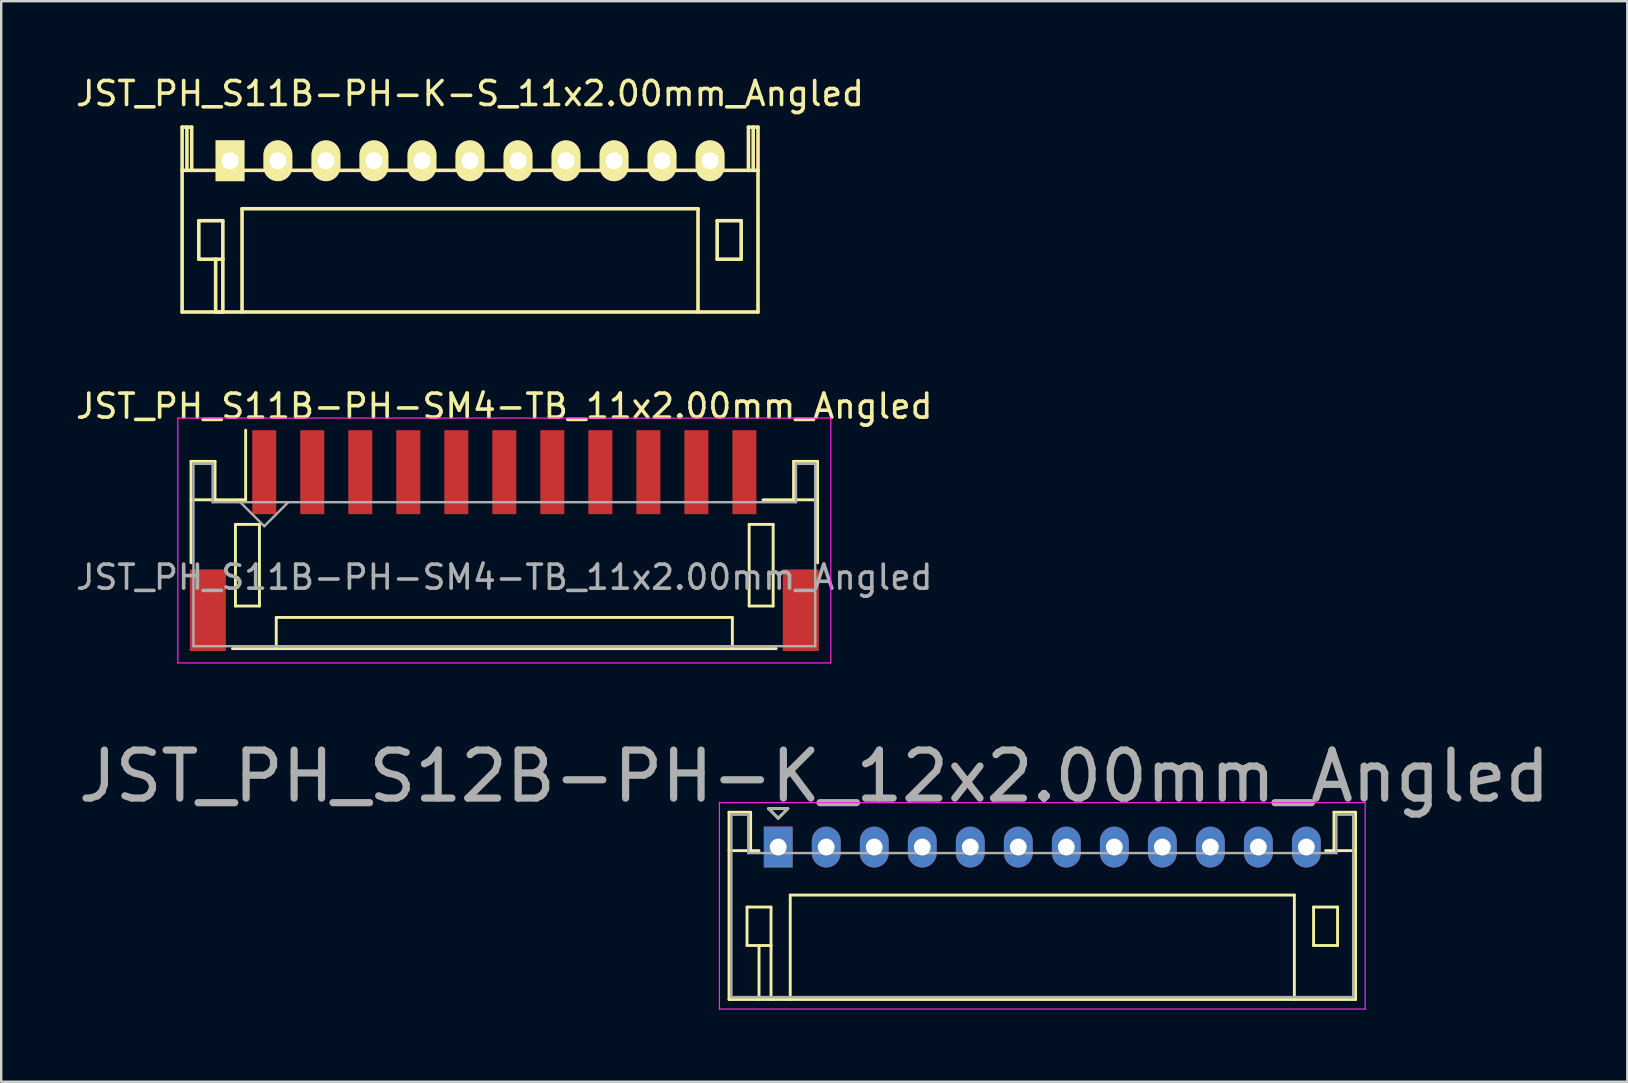
<source format=kicad_pcb>
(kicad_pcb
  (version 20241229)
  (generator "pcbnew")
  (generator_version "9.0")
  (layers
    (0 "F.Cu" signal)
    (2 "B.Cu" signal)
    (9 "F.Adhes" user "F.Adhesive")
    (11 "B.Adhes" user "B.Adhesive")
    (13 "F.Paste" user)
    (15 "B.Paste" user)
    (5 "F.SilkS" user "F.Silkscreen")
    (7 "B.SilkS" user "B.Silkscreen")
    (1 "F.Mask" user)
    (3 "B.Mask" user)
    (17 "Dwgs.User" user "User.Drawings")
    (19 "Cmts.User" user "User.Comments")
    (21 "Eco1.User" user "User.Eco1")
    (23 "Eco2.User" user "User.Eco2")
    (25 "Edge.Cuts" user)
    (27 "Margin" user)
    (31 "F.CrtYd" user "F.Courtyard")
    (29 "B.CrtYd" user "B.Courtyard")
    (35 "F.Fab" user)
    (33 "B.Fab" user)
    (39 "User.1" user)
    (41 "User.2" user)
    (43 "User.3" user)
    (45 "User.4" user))
  (footprint "JST_PH_S11B-PH-SM4-TB_11x2.00mm_Angled"
    (layer "F.Cu")
    (at 17.958 19.495)
    (property "Reference" "JST_PH_S11B-PH-SM4-TB_11x2.00mm_Angled" (at 0 -5.625 0) (layer "F.SilkS") (effects (font (size 1 1) (thickness 0.15))))
    (attr smd)
    (fp_line (start -13.05 -3.325) (end -13.05 0.9) (stroke (width 0.12) (type solid)) (layer "F.SilkS"))
    (fp_line (start -13.05 -1.725) (end -12.05 -1.725) (stroke (width 0.12) (type solid)) (layer "F.SilkS"))
    (fp_line (start -12.05 -3.325) (end -13.05 -3.325) (stroke (width 0.12) (type solid)) (layer "F.SilkS"))
    (fp_line (start -12.05 -1.725) (end -12.05 -3.325) (stroke (width 0.12) (type solid)) (layer "F.SilkS"))
    (fp_line (start -11.325 4.475) (end 11.325 4.475) (stroke (width 0.12) (type solid)) (layer "F.SilkS"))
    (fp_line (start -11.2 -0.7) (end -11.2 2.7) (stroke (width 0.12) (type solid)) (layer "F.SilkS"))
    (fp_line (start -11.2 2.7) (end -10.2 2.7) (stroke (width 0.12) (type solid)) (layer "F.SilkS"))
    (fp_line (start -10.775 -1.725) (end -12.05 -1.725) (stroke (width 0.12) (type solid)) (layer "F.SilkS"))
    (fp_line (start -10.775 -1.725) (end -10.775 -4.625) (stroke (width 0.12) (type solid)) (layer "F.SilkS"))
    (fp_line (start -10.2 -0.7) (end -11.2 -0.7) (stroke (width 0.12) (type solid)) (layer "F.SilkS"))
    (fp_line (start -10.2 2.7) (end -10.2 -0.7) (stroke (width 0.12) (type solid)) (layer "F.SilkS"))
    (fp_line (start -9.5 3.175) (end 9.5 3.175) (stroke (width 0.12) (type solid)) (layer "F.SilkS"))
    (fp_line (start -9.5 4.475) (end -9.5 3.175) (stroke (width 0.12) (type solid)) (layer "F.SilkS"))
    (fp_line (start 9.5 3.175) (end 9.5 4.475) (stroke (width 0.12) (type solid)) (layer "F.SilkS"))
    (fp_line (start 10.2 -0.7) (end 11.2 -0.7) (stroke (width 0.12) (type solid)) (layer "F.SilkS"))
    (fp_line (start 10.2 2.7) (end 10.2 -0.7) (stroke (width 0.12) (type solid)) (layer "F.SilkS"))
    (fp_line (start 11.2 -0.7) (end 11.2 2.7) (stroke (width 0.12) (type solid)) (layer "F.SilkS"))
    (fp_line (start 11.2 2.7) (end 10.2 2.7) (stroke (width 0.12) (type solid)) (layer "F.SilkS"))
    (fp_line (start 12.05 -3.325) (end 12.05 -1.725) (stroke (width 0.12) (type solid)) (layer "F.SilkS"))
    (fp_line (start 12.05 -1.725) (end 10.775 -1.725) (stroke (width 0.12) (type solid)) (layer "F.SilkS"))
    (fp_line (start 13.05 -3.325) (end 12.05 -3.325) (stroke (width 0.12) (type solid)) (layer "F.SilkS"))
    (fp_line (start 13.05 -1.725) (end 12.05 -1.725) (stroke (width 0.12) (type solid)) (layer "F.SilkS"))
    (fp_line (start 13.05 0.9) (end 13.05 -3.325) (stroke (width 0.12) (type solid)) (layer "F.SilkS"))
    (fp_line (start -13.6 -5.13) (end -13.6 5.07) (stroke (width 0.05) (type solid)) (layer "F.CrtYd"))
    (fp_line (start -13.6 5.07) (end 13.6 5.07) (stroke (width 0.05) (type solid)) (layer "F.CrtYd"))
    (fp_line (start 13.6 -5.13) (end -13.6 -5.13) (stroke (width 0.05) (type solid)) (layer "F.CrtYd"))
    (fp_line (start 13.6 5.07) (end 13.6 -5.13) (stroke (width 0.05) (type solid)) (layer "F.CrtYd"))
    (fp_line (start -12.95 -3.225) (end -12.95 4.375) (stroke (width 0.1) (type solid)) (layer "F.Fab"))
    (fp_line (start -12.95 4.375) (end 12.95 4.375) (stroke (width 0.1) (type solid)) (layer "F.Fab"))
    (fp_line (start -12.15 -3.225) (end -12.95 -3.225) (stroke (width 0.1) (type solid)) (layer "F.Fab"))
    (fp_line (start -12.15 -1.625) (end -12.15 -3.225) (stroke (width 0.1) (type solid)) (layer "F.Fab"))
    (fp_line (start -11 -1.625) (end -10 -0.625) (stroke (width 0.1) (type solid)) (layer "F.Fab"))
    (fp_line (start -10 -0.625) (end -9 -1.625) (stroke (width 0.1) (type solid)) (layer "F.Fab"))
    (fp_line (start 12.15 -3.225) (end 12.15 -1.625) (stroke (width 0.1) (type solid)) (layer "F.Fab"))
    (fp_line (start 12.15 -1.625) (end -12.15 -1.625) (stroke (width 0.1) (type solid)) (layer "F.Fab"))
    (fp_line (start 12.95 -3.225) (end 12.15 -3.225) (stroke (width 0.1) (type solid)) (layer "F.Fab"))
    (fp_line (start 12.95 4.375) (end 12.95 -3.225) (stroke (width 0.1) (type solid)) (layer "F.Fab"))
    (fp_text user "${REFERENCE}" (at 0 1.5 0) (layer "F.Fab") (effects (font (size 1 1) (thickness 0.15))))
    (pad "" smd rect (at -12.35 2.875) (size 1.5 3.4) (layers "F.Cu" "F.Mask" "F.Paste"))
    (pad "" smd rect (at 12.35 2.875) (size 1.5 3.4) (layers "F.Cu" "F.Mask" "F.Paste"))
    (pad "1" smd rect (at -10 -2.875) (size 1 3.5) (layers "F.Cu" "F.Mask" "F.Paste"))
    (pad "2" smd rect (at -8 -2.875) (size 1 3.5) (layers "F.Cu" "F.Mask" "F.Paste"))
    (pad "3" smd rect (at -6 -2.875) (size 1 3.5) (layers "F.Cu" "F.Mask" "F.Paste"))
    (pad "4" smd rect (at -4 -2.875) (size 1 3.5) (layers "F.Cu" "F.Mask" "F.Paste"))
    (pad "5" smd rect (at -2 -2.875) (size 1 3.5) (layers "F.Cu" "F.Mask" "F.Paste"))
    (pad "6" smd rect (at 0 -2.875) (size 1 3.5) (layers "F.Cu" "F.Mask" "F.Paste"))
    (pad "7" smd rect (at 2 -2.875) (size 1 3.5) (layers "F.Cu" "F.Mask" "F.Paste"))
    (pad "8" smd rect (at 4 -2.875) (size 1 3.5) (layers "F.Cu" "F.Mask" "F.Paste"))
    (pad "9" smd rect (at 6 -2.875) (size 1 3.5) (layers "F.Cu" "F.Mask" "F.Paste"))
    (pad "10" smd rect (at 8 -2.875) (size 1 3.5) (layers "F.Cu" "F.Mask" "F.Paste"))
    (pad "11" smd rect (at 10 -2.875) (size 1 3.5) (layers "F.Cu" "F.Mask" "F.Paste")))
  (footprint "JST_PH_S12B-PH-K_12x2.00mm_Angled"
    (layer "F.Cu")
    (at 29.369 32.236)
    (property "Reference" "JST_PH_S12B-PH-K_12x2.00mm_Angled" (at 1.5 -2.95 0) (layer "F.Fab") (effects (font (size 2 2) (thickness 0.3))))
    (attr through_hole)
    (fp_line (start -2.05 -1.45) (end -2.05 6.35) (stroke (width 0.12) (type solid)) (layer "F.SilkS"))
    (fp_line (start -2.05 0.15) (end -1.15 0.15) (stroke (width 0.12) (type solid)) (layer "F.SilkS"))
    (fp_line (start -2.05 6.35) (end 24.05 6.35) (stroke (width 0.12) (type solid)) (layer "F.SilkS"))
    (fp_line (start -1.3 2.5) (end -1.3 4.1) (stroke (width 0.12) (type solid)) (layer "F.SilkS"))
    (fp_line (start -1.3 4.1) (end -0.3 4.1) (stroke (width 0.12) (type solid)) (layer "F.SilkS"))
    (fp_line (start -1.15 -1.45) (end -2.05 -1.45) (stroke (width 0.12) (type solid)) (layer "F.SilkS"))
    (fp_line (start -1.15 0.15) (end -1.15 -1.45) (stroke (width 0.12) (type solid)) (layer "F.SilkS"))
    (fp_line (start -0.8 0.15) (end -1.15 0.15) (stroke (width 0.12) (type solid)) (layer "F.SilkS"))
    (fp_line (start -0.8 4.1) (end -0.8 6.35) (stroke (width 0.12) (type solid)) (layer "F.SilkS"))
    (fp_line (start -0.4 -1.6) (end 0.4 -1.6) (stroke (width 0.12) (type solid)) (layer "F.SilkS"))
    (fp_line (start -0.3 2.5) (end -1.3 2.5) (stroke (width 0.12) (type solid)) (layer "F.SilkS"))
    (fp_line (start -0.3 4.1) (end -0.3 2.5) (stroke (width 0.12) (type solid)) (layer "F.SilkS"))
    (fp_line (start -0.3 4.1) (end -0.3 6.35) (stroke (width 0.12) (type solid)) (layer "F.SilkS"))
    (fp_line (start 0 -1.2) (end -0.4 -1.6) (stroke (width 0.12) (type solid)) (layer "F.SilkS"))
    (fp_line (start 0.4 -1.6) (end 0 -1.2) (stroke (width 0.12) (type solid)) (layer "F.SilkS"))
    (fp_line (start 0.5 2) (end 21.5 2) (stroke (width 0.12) (type solid)) (layer "F.SilkS"))
    (fp_line (start 0.5 6.35) (end 0.5 2) (stroke (width 0.12) (type solid)) (layer "F.SilkS"))
    (fp_line (start 21.5 2) (end 21.5 6.35) (stroke (width 0.12) (type solid)) (layer "F.SilkS"))
    (fp_line (start 22.3 2.5) (end 23.3 2.5) (stroke (width 0.12) (type solid)) (layer "F.SilkS"))
    (fp_line (start 22.3 4.1) (end 22.3 2.5) (stroke (width 0.12) (type solid)) (layer "F.SilkS"))
    (fp_line (start 23.15 -1.45) (end 23.15 0.15) (stroke (width 0.12) (type solid)) (layer "F.SilkS"))
    (fp_line (start 23.15 0.15) (end 22.8 0.15) (stroke (width 0.12) (type solid)) (layer "F.SilkS"))
    (fp_line (start 23.3 2.5) (end 23.3 4.1) (stroke (width 0.12) (type solid)) (layer "F.SilkS"))
    (fp_line (start 23.3 4.1) (end 22.3 4.1) (stroke (width 0.12) (type solid)) (layer "F.SilkS"))
    (fp_line (start 24.05 -1.45) (end 23.15 -1.45) (stroke (width 0.12) (type solid)) (layer "F.SilkS"))
    (fp_line (start 24.05 0.15) (end 23.15 0.15) (stroke (width 0.12) (type solid)) (layer "F.SilkS"))
    (fp_line (start 24.05 6.35) (end 24.05 -1.45) (stroke (width 0.12) (type solid)) (layer "F.SilkS"))
    (fp_line (start -2.45 -1.85) (end -2.45 6.75) (stroke (width 0.05) (type solid)) (layer "F.CrtYd"))
    (fp_line (start -2.45 6.75) (end 24.45 6.75) (stroke (width 0.05) (type solid)) (layer "F.CrtYd"))
    (fp_line (start 24.45 -1.85) (end -2.45 -1.85) (stroke (width 0.05) (type solid)) (layer "F.CrtYd"))
    (fp_line (start 24.45 6.75) (end 24.45 -1.85) (stroke (width 0.05) (type solid)) (layer "F.CrtYd"))
    (fp_line (start -1.95 -1.35) (end -1.95 6.25) (stroke (width 0.1) (type solid)) (layer "F.Fab"))
    (fp_line (start -1.95 6.25) (end 23.95 6.25) (stroke (width 0.1) (type solid)) (layer "F.Fab"))
    (fp_line (start -1.25 -1.35) (end -1.95 -1.35) (stroke (width 0.1) (type solid)) (layer "F.Fab"))
    (fp_line (start -1.25 0.25) (end -1.25 -1.35) (stroke (width 0.1) (type solid)) (layer "F.Fab"))
    (fp_line (start -0.4 -1.6) (end 0.4 -1.6) (stroke (width 0.1) (type solid)) (layer "F.Fab"))
    (fp_line (start 0 -1.2) (end -0.4 -1.6) (stroke (width 0.1) (type solid)) (layer "F.Fab"))
    (fp_line (start 0.4 -1.6) (end 0 -1.2) (stroke (width 0.1) (type solid)) (layer "F.Fab"))
    (fp_line (start 23.25 -1.35) (end 23.25 0.25) (stroke (width 0.1) (type solid)) (layer "F.Fab"))
    (fp_line (start 23.25 0.25) (end -1.25 0.25) (stroke (width 0.1) (type solid)) (layer "F.Fab"))
    (fp_line (start 23.95 -1.35) (end 23.25 -1.35) (stroke (width 0.1) (type solid)) (layer "F.Fab"))
    (fp_line (start 23.95 6.25) (end 23.95 -1.35) (stroke (width 0.1) (type solid)) (layer "F.Fab"))
    (pad "1" thru_hole rect (at 0 0) (size 1.2 1.7) (drill 0.7) (layers "*.Cu" "*.Mask"))
    (pad "2" thru_hole oval (at 2 0) (size 1.2 1.7) (drill 0.7) (layers "*.Cu" "*.Mask"))
    (pad "3" thru_hole oval (at 4 0) (size 1.2 1.7) (drill 0.7) (layers "*.Cu" "*.Mask"))
    (pad "4" thru_hole oval (at 6 0) (size 1.2 1.7) (drill 0.7) (layers "*.Cu" "*.Mask"))
    (pad "5" thru_hole oval (at 8 0) (size 1.2 1.7) (drill 0.7) (layers "*.Cu" "*.Mask"))
    (pad "6" thru_hole oval (at 10 0) (size 1.2 1.7) (drill 0.7) (layers "*.Cu" "*.Mask"))
    (pad "7" thru_hole oval (at 12 0) (size 1.2 1.7) (drill 0.7) (layers "*.Cu" "*.Mask"))
    (pad "8" thru_hole oval (at 14 0) (size 1.2 1.7) (drill 0.7) (layers "*.Cu" "*.Mask"))
    (pad "9" thru_hole oval (at 16 0) (size 1.2 1.7) (drill 0.7) (layers "*.Cu" "*.Mask"))
    (pad "10" thru_hole oval (at 18 0) (size 1.2 1.7) (drill 0.7) (layers "*.Cu" "*.Mask"))
    (pad "11" thru_hole oval (at 20 0) (size 1.2 1.7) (drill 0.7) (layers "*.Cu" "*.Mask"))
    (pad "12" thru_hole oval (at 22 0) (size 1.2 1.7) (drill 0.7) (layers "*.Cu" "*.Mask")))
  (footprint "JST_PH_S11B-PH-K-S_11x2.00mm_Angled"
    (layer "F.Cu")
    (at 6.53 3.647)
    (property "Reference" "JST_PH_S11B-PH-K-S_11x2.00mm_Angled" (at 10 -2.799 0) (layer "F.SilkS") (effects (font (size 1 1) (thickness 0.15))))
    (attr through_hole)
    (fp_line (start -1.999 6.299) (end 21.999 6.299) (stroke (width 0.15) (type solid)) (layer "F.SilkS"))
    (fp_line (start -1.994 -1.4) (end -1.994 6.299) (stroke (width 0.15) (type solid)) (layer "F.SilkS"))
    (fp_line (start -1.793 -1.4) (end -1.793 0.399) (stroke (width 0.15) (type solid)) (layer "F.SilkS"))
    (fp_line (start -1.595 -1.4) (end -1.994 -1.4) (stroke (width 0.15) (type solid)) (layer "F.SilkS"))
    (fp_line (start -1.595 0.399) (end -1.595 -1.4) (stroke (width 0.15) (type solid)) (layer "F.SilkS"))
    (fp_line (start -1.298 2.499) (end -0.297 2.499) (stroke (width 0.15) (type solid)) (layer "F.SilkS"))
    (fp_line (start -1.298 4.1) (end -1.298 2.499) (stroke (width 0.15) (type solid)) (layer "F.SilkS"))
    (fp_line (start -0.597 6.299) (end -0.597 4.1) (stroke (width 0.15) (type solid)) (layer "F.SilkS"))
    (fp_line (start -0.297 2.499) (end -0.297 4.1) (stroke (width 0.15) (type solid)) (layer "F.SilkS"))
    (fp_line (start -0.297 4.1) (end -1.298 4.1) (stroke (width 0.15) (type solid)) (layer "F.SilkS"))
    (fp_line (start -0.297 4.1) (end -0.297 6.299) (stroke (width 0.15) (type solid)) (layer "F.SilkS"))
    (fp_line (start -0.297 6.299) (end -0.597 6.299) (stroke (width 0.15) (type solid)) (layer "F.SilkS"))
    (fp_line (start 0.5 1.999) (end 19.5 1.999) (stroke (width 0.15) (type solid)) (layer "F.SilkS"))
    (fp_line (start 0.503 1.999) (end 0.503 6.299) (stroke (width 0.15) (type solid)) (layer "F.SilkS"))
    (fp_line (start 19.497 1.999) (end 19.497 6.299) (stroke (width 0.15) (type solid)) (layer "F.SilkS"))
    (fp_line (start 20.295 2.499) (end 21.295 2.499) (stroke (width 0.15) (type solid)) (layer "F.SilkS"))
    (fp_line (start 20.295 4.1) (end 20.295 2.499) (stroke (width 0.15) (type solid)) (layer "F.SilkS"))
    (fp_line (start 21.295 2.499) (end 21.295 4.1) (stroke (width 0.15) (type solid)) (layer "F.SilkS"))
    (fp_line (start 21.295 4.1) (end 20.295 4.1) (stroke (width 0.15) (type solid)) (layer "F.SilkS"))
    (fp_line (start 21.598 -1.4) (end 21.598 0.399) (stroke (width 0.15) (type solid)) (layer "F.SilkS"))
    (fp_line (start 21.796 -1.4) (end 21.796 0.399) (stroke (width 0.15) (type solid)) (layer "F.SilkS"))
    (fp_line (start 21.996 -1.4) (end 21.598 -1.4) (stroke (width 0.15) (type solid)) (layer "F.SilkS"))
    (fp_line (start 21.996 6.299) (end 21.996 -1.4) (stroke (width 0.15) (type solid)) (layer "F.SilkS"))
    (fp_line (start 21.999 0.399) (end -1.999 0.399) (stroke (width 0.15) (type solid)) (layer "F.SilkS"))
    (pad "1" thru_hole rect (at 0.003 0) (size 1.199 1.699) (drill 0.701) (layers "*.Cu" "*.Mask" "F.SilkS"))
    (pad "2" thru_hole oval (at 1.996 0) (size 1.199 1.699) (drill 0.701) (layers "*.Cu" "*.Mask" "F.SilkS"))
    (pad "3" thru_hole oval (at 3.998 0) (size 1.199 1.699) (drill 0.701) (layers "*.Cu" "*.Mask" "F.SilkS"))
    (pad "4" thru_hole oval (at 5.997 0) (size 1.199 1.699) (drill 0.701) (layers "*.Cu" "*.Mask" "F.SilkS"))
    (pad "5" thru_hole oval (at 7.998 0) (size 1.199 1.699) (drill 0.701) (layers "*.Cu" "*.Mask" "F.SilkS"))
    (pad "6" thru_hole oval (at 9.997 0) (size 1.199 1.699) (drill 0.701) (layers "*.Cu" "*.Mask" "F.SilkS"))
    (pad "7" thru_hole oval (at 11.999 0) (size 1.199 1.699) (drill 0.701) (layers "*.Cu" "*.Mask" "F.SilkS"))
    (pad "8" thru_hole oval (at 13.998 0) (size 1.199 1.699) (drill 0.701) (layers "*.Cu" "*.Mask" "F.SilkS"))
    (pad "9" thru_hole oval (at 15.999 0) (size 1.199 1.699) (drill 0.701) (layers "*.Cu" "*.Mask" "F.SilkS"))
    (pad "10" thru_hole oval (at 17.998 0) (size 1.199 1.699) (drill 0.701) (layers "*.Cu" "*.Mask" "F.SilkS"))
    (pad "11" thru_hole oval (at 20 0) (size 1.199 1.699) (drill 0.701) (layers "*.Cu" "*.Mask" "F.SilkS")))
  (gr_rect
    (start -3 -3)
    (end 64.738 42.011)
    (stroke (width 0.1) (type default))
    (fill no)
    (layer "Edge.Cuts")))
</source>
